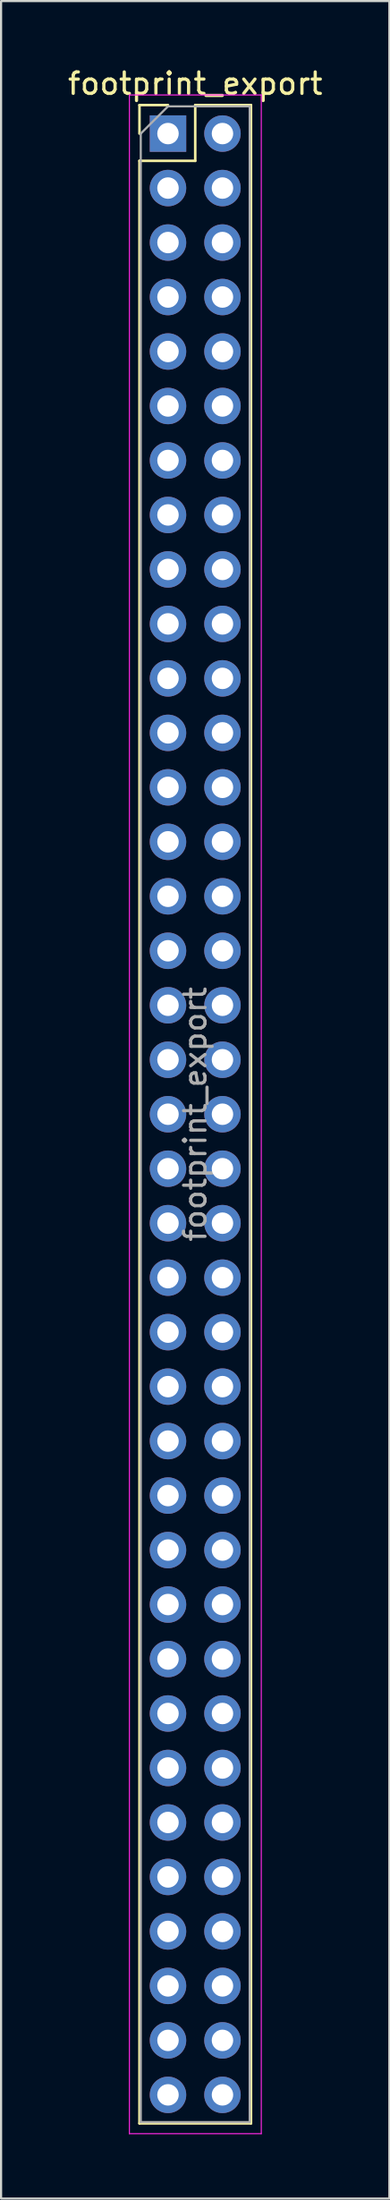
<source format=kicad_pcb>
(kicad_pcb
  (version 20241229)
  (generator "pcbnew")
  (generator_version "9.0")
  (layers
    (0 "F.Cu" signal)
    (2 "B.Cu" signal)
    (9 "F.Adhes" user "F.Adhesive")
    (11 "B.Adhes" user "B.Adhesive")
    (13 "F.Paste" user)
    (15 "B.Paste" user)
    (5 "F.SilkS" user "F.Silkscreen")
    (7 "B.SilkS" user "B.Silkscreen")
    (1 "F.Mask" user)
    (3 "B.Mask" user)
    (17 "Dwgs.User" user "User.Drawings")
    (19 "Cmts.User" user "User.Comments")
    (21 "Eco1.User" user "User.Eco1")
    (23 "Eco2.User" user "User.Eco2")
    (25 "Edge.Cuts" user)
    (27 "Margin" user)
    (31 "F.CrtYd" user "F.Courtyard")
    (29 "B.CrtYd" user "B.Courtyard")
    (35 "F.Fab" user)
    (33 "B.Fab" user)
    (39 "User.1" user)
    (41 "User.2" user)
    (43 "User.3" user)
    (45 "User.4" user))
  (footprint "footprint_export"
    (layer "F.Cu")
    (at 4.784 3.178)
    (property "Reference" "footprint_export" (at 1.27 -2.33 0) (layer "F.SilkS") (effects (font (size 1 1) (thickness 0.15))))
    (attr through_hole)
    (fp_line (start -1.33 -1.33) (end 0 -1.33) (stroke (width 0.12) (type solid)) (layer "F.SilkS"))
    (fp_line (start -1.33 0) (end -1.33 -1.33) (stroke (width 0.12) (type solid)) (layer "F.SilkS"))
    (fp_line (start -1.33 1.27) (end -1.33 92.77) (stroke (width 0.12) (type solid)) (layer "F.SilkS"))
    (fp_line (start -1.33 1.27) (end 1.27 1.27) (stroke (width 0.12) (type solid)) (layer "F.SilkS"))
    (fp_line (start -1.33 92.77) (end 3.87 92.77) (stroke (width 0.12) (type solid)) (layer "F.SilkS"))
    (fp_line (start 1.27 -1.33) (end 3.87 -1.33) (stroke (width 0.12) (type solid)) (layer "F.SilkS"))
    (fp_line (start 1.27 1.27) (end 1.27 -1.33) (stroke (width 0.12) (type solid)) (layer "F.SilkS"))
    (fp_line (start 3.87 -1.33) (end 3.87 92.77) (stroke (width 0.12) (type solid)) (layer "F.SilkS"))
    (fp_line (start -1.8 -1.8) (end -1.8 93.25) (stroke (width 0.05) (type solid)) (layer "F.CrtYd"))
    (fp_line (start -1.8 93.25) (end 4.35 93.25) (stroke (width 0.05) (type solid)) (layer "F.CrtYd"))
    (fp_line (start 4.35 -1.8) (end -1.8 -1.8) (stroke (width 0.05) (type solid)) (layer "F.CrtYd"))
    (fp_line (start 4.35 93.25) (end 4.35 -1.8) (stroke (width 0.05) (type solid)) (layer "F.CrtYd"))
    (fp_line (start -1.27 0) (end 0 -1.27) (stroke (width 0.1) (type solid)) (layer "F.Fab"))
    (fp_line (start -1.27 92.71) (end -1.27 0) (stroke (width 0.1) (type solid)) (layer "F.Fab"))
    (fp_line (start 0 -1.27) (end 3.81 -1.27) (stroke (width 0.1) (type solid)) (layer "F.Fab"))
    (fp_line (start 3.81 -1.27) (end 3.81 92.71) (stroke (width 0.1) (type solid)) (layer "F.Fab"))
    (fp_line (start 3.81 92.71) (end -1.27 92.71) (stroke (width 0.1) (type solid)) (layer "F.Fab"))
    (fp_text user "${REFERENCE}" (at 1.27 45.72 90) (layer "F.Fab") (effects (font (size 1 1) (thickness 0.15))))
    (pad "1" thru_hole rect (at 0 0) (size 1.7 1.7) (drill 1) (layers "*.Cu" "*.Mask"))
    (pad "2" thru_hole oval (at 2.54 0) (size 1.7 1.7) (drill 1) (layers "*.Cu" "*.Mask"))
    (pad "3" thru_hole oval (at 0 2.54) (size 1.7 1.7) (drill 1) (layers "*.Cu" "*.Mask"))
    (pad "4" thru_hole oval (at 2.54 2.54) (size 1.7 1.7) (drill 1) (layers "*.Cu" "*.Mask"))
    (pad "5" thru_hole oval (at 0 5.08) (size 1.7 1.7) (drill 1) (layers "*.Cu" "*.Mask"))
    (pad "6" thru_hole oval (at 2.54 5.08) (size 1.7 1.7) (drill 1) (layers "*.Cu" "*.Mask"))
    (pad "7" thru_hole oval (at 0 7.62) (size 1.7 1.7) (drill 1) (layers "*.Cu" "*.Mask"))
    (pad "8" thru_hole oval (at 2.54 7.62) (size 1.7 1.7) (drill 1) (layers "*.Cu" "*.Mask"))
    (pad "9" thru_hole oval (at 0 10.16) (size 1.7 1.7) (drill 1) (layers "*.Cu" "*.Mask"))
    (pad "10" thru_hole oval (at 2.54 10.16) (size 1.7 1.7) (drill 1) (layers "*.Cu" "*.Mask"))
    (pad "11" thru_hole oval (at 0 12.7) (size 1.7 1.7) (drill 1) (layers "*.Cu" "*.Mask"))
    (pad "12" thru_hole oval (at 2.54 12.7) (size 1.7 1.7) (drill 1) (layers "*.Cu" "*.Mask"))
    (pad "13" thru_hole oval (at 0 15.24) (size 1.7 1.7) (drill 1) (layers "*.Cu" "*.Mask"))
    (pad "14" thru_hole oval (at 2.54 15.24) (size 1.7 1.7) (drill 1) (layers "*.Cu" "*.Mask"))
    (pad "15" thru_hole oval (at 0 17.78) (size 1.7 1.7) (drill 1) (layers "*.Cu" "*.Mask"))
    (pad "16" thru_hole oval (at 2.54 17.78) (size 1.7 1.7) (drill 1) (layers "*.Cu" "*.Mask"))
    (pad "17" thru_hole oval (at 0 20.32) (size 1.7 1.7) (drill 1) (layers "*.Cu" "*.Mask"))
    (pad "18" thru_hole oval (at 2.54 20.32) (size 1.7 1.7) (drill 1) (layers "*.Cu" "*.Mask"))
    (pad "19" thru_hole oval (at 0 22.86) (size 1.7 1.7) (drill 1) (layers "*.Cu" "*.Mask"))
    (pad "20" thru_hole oval (at 2.54 22.86) (size 1.7 1.7) (drill 1) (layers "*.Cu" "*.Mask"))
    (pad "21" thru_hole oval (at 0 25.4) (size 1.7 1.7) (drill 1) (layers "*.Cu" "*.Mask"))
    (pad "22" thru_hole oval (at 2.54 25.4) (size 1.7 1.7) (drill 1) (layers "*.Cu" "*.Mask"))
    (pad "23" thru_hole oval (at 0 27.94) (size 1.7 1.7) (drill 1) (layers "*.Cu" "*.Mask"))
    (pad "24" thru_hole oval (at 2.54 27.94) (size 1.7 1.7) (drill 1) (layers "*.Cu" "*.Mask"))
    (pad "25" thru_hole oval (at 0 30.48) (size 1.7 1.7) (drill 1) (layers "*.Cu" "*.Mask"))
    (pad "26" thru_hole oval (at 2.54 30.48) (size 1.7 1.7) (drill 1) (layers "*.Cu" "*.Mask"))
    (pad "27" thru_hole oval (at 0 33.02) (size 1.7 1.7) (drill 1) (layers "*.Cu" "*.Mask"))
    (pad "28" thru_hole oval (at 2.54 33.02) (size 1.7 1.7) (drill 1) (layers "*.Cu" "*.Mask"))
    (pad "29" thru_hole oval (at 0 35.56) (size 1.7 1.7) (drill 1) (layers "*.Cu" "*.Mask"))
    (pad "30" thru_hole oval (at 2.54 35.56) (size 1.7 1.7) (drill 1) (layers "*.Cu" "*.Mask"))
    (pad "31" thru_hole oval (at 0 38.1) (size 1.7 1.7) (drill 1) (layers "*.Cu" "*.Mask"))
    (pad "32" thru_hole oval (at 2.54 38.1) (size 1.7 1.7) (drill 1) (layers "*.Cu" "*.Mask"))
    (pad "33" thru_hole oval (at 0 40.64) (size 1.7 1.7) (drill 1) (layers "*.Cu" "*.Mask"))
    (pad "34" thru_hole oval (at 2.54 40.64) (size 1.7 1.7) (drill 1) (layers "*.Cu" "*.Mask"))
    (pad "35" thru_hole oval (at 0 43.18) (size 1.7 1.7) (drill 1) (layers "*.Cu" "*.Mask"))
    (pad "36" thru_hole oval (at 2.54 43.18) (size 1.7 1.7) (drill 1) (layers "*.Cu" "*.Mask"))
    (pad "37" thru_hole oval (at 0 45.72) (size 1.7 1.7) (drill 1) (layers "*.Cu" "*.Mask"))
    (pad "38" thru_hole oval (at 2.54 45.72) (size 1.7 1.7) (drill 1) (layers "*.Cu" "*.Mask"))
    (pad "39" thru_hole oval (at 0 48.26) (size 1.7 1.7) (drill 1) (layers "*.Cu" "*.Mask"))
    (pad "40" thru_hole oval (at 2.54 48.26) (size 1.7 1.7) (drill 1) (layers "*.Cu" "*.Mask"))
    (pad "41" thru_hole oval (at 0 50.8) (size 1.7 1.7) (drill 1) (layers "*.Cu" "*.Mask"))
    (pad "42" thru_hole oval (at 2.54 50.8) (size 1.7 1.7) (drill 1) (layers "*.Cu" "*.Mask"))
    (pad "43" thru_hole oval (at 0 53.34) (size 1.7 1.7) (drill 1) (layers "*.Cu" "*.Mask"))
    (pad "44" thru_hole oval (at 2.54 53.34) (size 1.7 1.7) (drill 1) (layers "*.Cu" "*.Mask"))
    (pad "45" thru_hole oval (at 0 55.88) (size 1.7 1.7) (drill 1) (layers "*.Cu" "*.Mask"))
    (pad "46" thru_hole oval (at 2.54 55.88) (size 1.7 1.7) (drill 1) (layers "*.Cu" "*.Mask"))
    (pad "47" thru_hole oval (at 0 58.42) (size 1.7 1.7) (drill 1) (layers "*.Cu" "*.Mask"))
    (pad "48" thru_hole oval (at 2.54 58.42) (size 1.7 1.7) (drill 1) (layers "*.Cu" "*.Mask"))
    (pad "49" thru_hole oval (at 0 60.96) (size 1.7 1.7) (drill 1) (layers "*.Cu" "*.Mask"))
    (pad "50" thru_hole oval (at 2.54 60.96) (size 1.7 1.7) (drill 1) (layers "*.Cu" "*.Mask"))
    (pad "51" thru_hole oval (at 0 63.5) (size 1.7 1.7) (drill 1) (layers "*.Cu" "*.Mask"))
    (pad "52" thru_hole oval (at 2.54 63.5) (size 1.7 1.7) (drill 1) (layers "*.Cu" "*.Mask"))
    (pad "53" thru_hole oval (at 0 66.04) (size 1.7 1.7) (drill 1) (layers "*.Cu" "*.Mask"))
    (pad "54" thru_hole oval (at 2.54 66.04) (size 1.7 1.7) (drill 1) (layers "*.Cu" "*.Mask"))
    (pad "55" thru_hole oval (at 0 68.58) (size 1.7 1.7) (drill 1) (layers "*.Cu" "*.Mask"))
    (pad "56" thru_hole oval (at 2.54 68.58) (size 1.7 1.7) (drill 1) (layers "*.Cu" "*.Mask"))
    (pad "57" thru_hole oval (at 0 71.12) (size 1.7 1.7) (drill 1) (layers "*.Cu" "*.Mask"))
    (pad "58" thru_hole oval (at 2.54 71.12) (size 1.7 1.7) (drill 1) (layers "*.Cu" "*.Mask"))
    (pad "59" thru_hole oval (at 0 73.66) (size 1.7 1.7) (drill 1) (layers "*.Cu" "*.Mask"))
    (pad "60" thru_hole oval (at 2.54 73.66) (size 1.7 1.7) (drill 1) (layers "*.Cu" "*.Mask"))
    (pad "61" thru_hole oval (at 0 76.2) (size 1.7 1.7) (drill 1) (layers "*.Cu" "*.Mask"))
    (pad "62" thru_hole oval (at 2.54 76.2) (size 1.7 1.7) (drill 1) (layers "*.Cu" "*.Mask"))
    (pad "63" thru_hole oval (at 0 78.74) (size 1.7 1.7) (drill 1) (layers "*.Cu" "*.Mask"))
    (pad "64" thru_hole oval (at 2.54 78.74) (size 1.7 1.7) (drill 1) (layers "*.Cu" "*.Mask"))
    (pad "65" thru_hole oval (at 0 81.28) (size 1.7 1.7) (drill 1) (layers "*.Cu" "*.Mask"))
    (pad "66" thru_hole oval (at 2.54 81.28) (size 1.7 1.7) (drill 1) (layers "*.Cu" "*.Mask"))
    (pad "67" thru_hole oval (at 0 83.82) (size 1.7 1.7) (drill 1) (layers "*.Cu" "*.Mask"))
    (pad "68" thru_hole oval (at 2.54 83.82) (size 1.7 1.7) (drill 1) (layers "*.Cu" "*.Mask"))
    (pad "69" thru_hole oval (at 0 86.36) (size 1.7 1.7) (drill 1) (layers "*.Cu" "*.Mask"))
    (pad "70" thru_hole oval (at 2.54 86.36) (size 1.7 1.7) (drill 1) (layers "*.Cu" "*.Mask"))
    (pad "71" thru_hole oval (at 0 88.9) (size 1.7 1.7) (drill 1) (layers "*.Cu" "*.Mask"))
    (pad "72" thru_hole oval (at 2.54 88.9) (size 1.7 1.7) (drill 1) (layers "*.Cu" "*.Mask"))
    (pad "73" thru_hole oval (at 0 91.44) (size 1.7 1.7) (drill 1) (layers "*.Cu" "*.Mask"))
    (pad "74" thru_hole oval (at 2.54 91.44) (size 1.7 1.7) (drill 1) (layers "*.Cu" "*.Mask")))
  (gr_rect
    (start -3 -3)
    (end 15.107 99.453)
    (stroke (width 0.1) (type default))
    (fill no)
    (layer "Edge.Cuts")))
</source>
